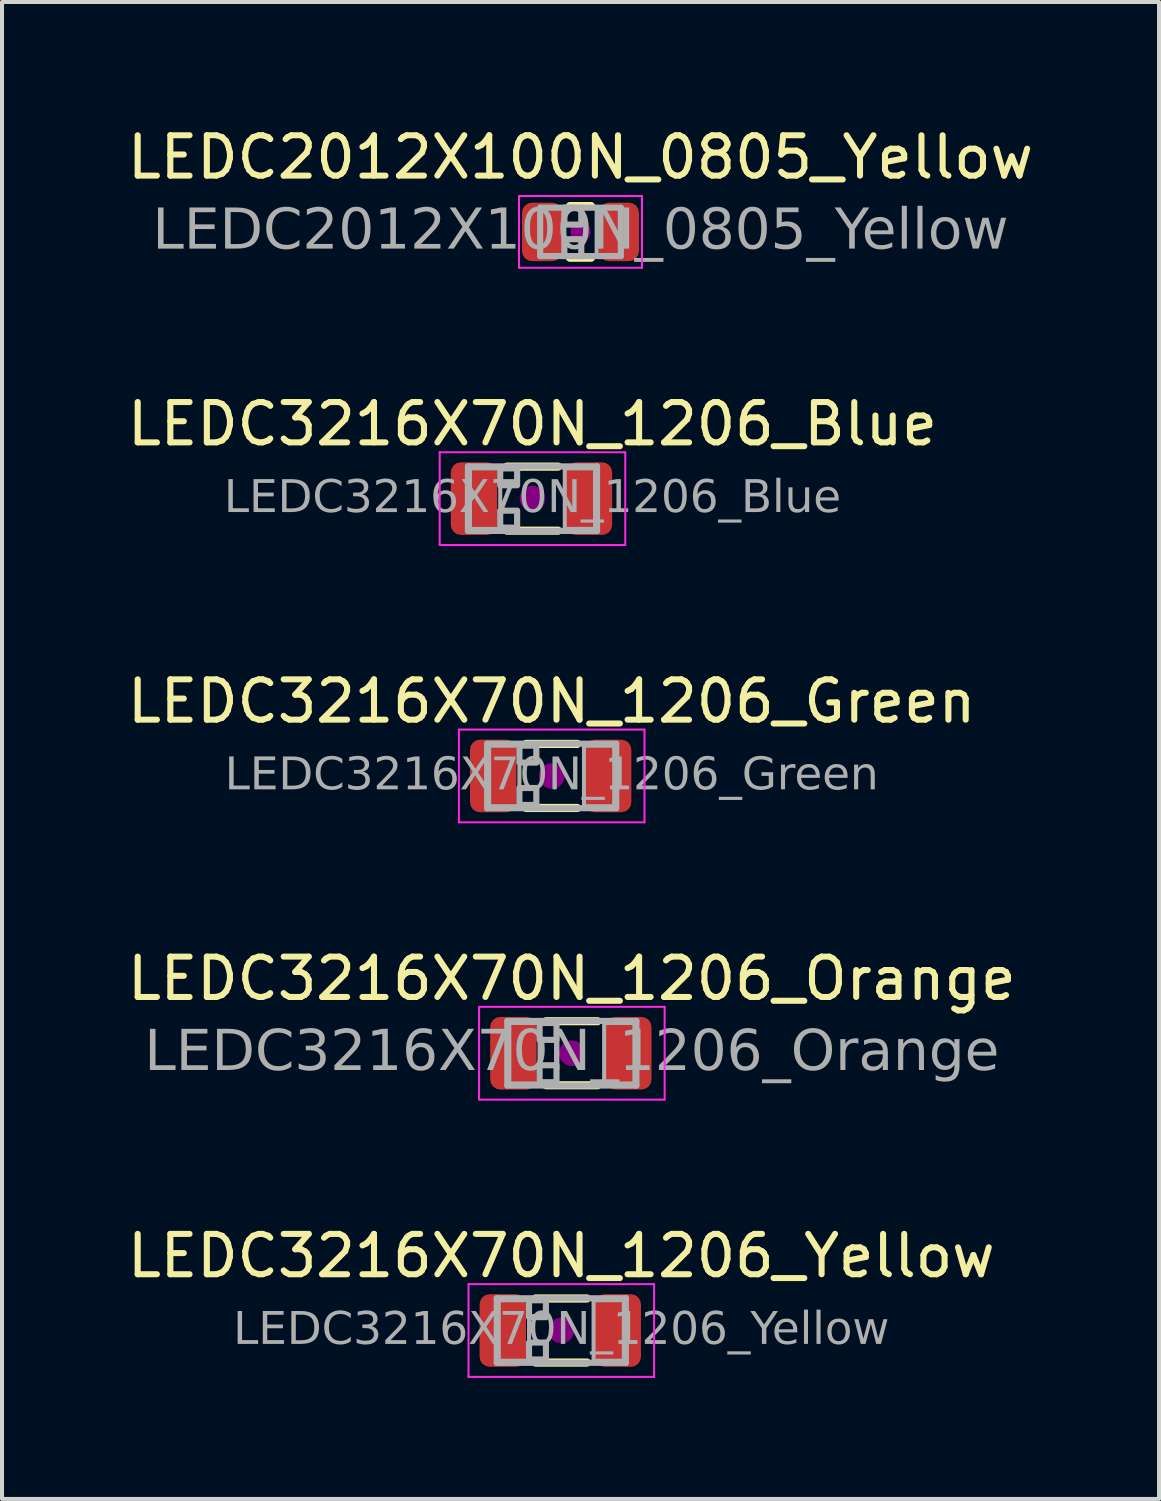
<source format=kicad_pcb>
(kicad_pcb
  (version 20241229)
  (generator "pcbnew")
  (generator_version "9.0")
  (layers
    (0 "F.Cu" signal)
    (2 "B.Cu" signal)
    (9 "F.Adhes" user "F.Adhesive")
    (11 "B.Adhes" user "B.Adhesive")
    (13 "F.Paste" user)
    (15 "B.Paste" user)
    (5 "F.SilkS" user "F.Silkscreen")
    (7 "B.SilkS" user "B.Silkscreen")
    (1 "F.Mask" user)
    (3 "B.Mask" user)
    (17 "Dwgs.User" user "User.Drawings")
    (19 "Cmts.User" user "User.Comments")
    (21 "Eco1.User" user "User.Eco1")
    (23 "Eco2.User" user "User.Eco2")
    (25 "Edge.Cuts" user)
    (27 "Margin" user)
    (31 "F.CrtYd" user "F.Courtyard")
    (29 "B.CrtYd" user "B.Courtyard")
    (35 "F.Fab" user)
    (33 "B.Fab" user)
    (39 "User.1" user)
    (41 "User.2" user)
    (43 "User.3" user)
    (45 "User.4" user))
  (footprint "LEDC3216X70N_1206_Orange"
    (layer "F.Cu")
    (at 11.125 23.057)
    (property "Reference" "LEDC3216X70N_1206_Orange" (at 0 -1.85 0) (layer "F.SilkS") (effects (font (size 1 1) (thickness 0.15))))
    (attr smd)
    (fp_line (start -0.635 -0.794) (end 0.635 -0.794) (stroke (width 0.203) (type solid)) (layer "F.SilkS"))
    (fp_line (start -0.635 0.794) (end 0.635 0.794) (stroke (width 0.203) (type solid)) (layer "F.SilkS"))
    (fp_circle (center 0 0) (end 0.318 0) (stroke (width 0) (type solid)) (fill yes) (layer "F.Adhes"))
    (fp_line (start -2.3 -1.15) (end 2.3 -1.15) (stroke (width 0.05) (type solid)) (layer "F.CrtYd"))
    (fp_line (start -2.3 1.15) (end -2.3 -1.15) (stroke (width 0.05) (type solid)) (layer "F.CrtYd"))
    (fp_line (start 2.3 -1.15) (end 2.3 1.15) (stroke (width 0.05) (type solid)) (layer "F.CrtYd"))
    (fp_line (start 2.3 1.15) (end -2.3 1.15) (stroke (width 0.05) (type solid)) (layer "F.CrtYd"))
    (fp_line (start -1.6 -0.8) (end 1.6 -0.8) (stroke (width 0.152) (type solid)) (layer "F.Fab"))
    (fp_line (start -1.6 0.8) (end -1.6 -0.8) (stroke (width 0.152) (type solid)) (layer "F.Fab"))
    (fp_line (start 1.6 -0.8) (end 1.6 0.8) (stroke (width 0.152) (type solid)) (layer "F.Fab"))
    (fp_line (start 1.6 0.8) (end -1.6 0.8) (stroke (width 0.152) (type solid)) (layer "F.Fab"))
    (fp_rect (start -0.8 -0.75) (end -0.381 -0.331) (stroke (width 0.152) (type solid)) (fill no) (layer "F.Fab"))
    (fp_rect (start -0.8 0.298) (end -0.381 0.718) (stroke (width 0.152) (type solid)) (fill no) (layer "F.Fab"))
    (fp_rect (start -0.8 0.75) (end -1.55 -0.75) (stroke (width 0.1) (type solid)) (fill no) (layer "F.Fab"))
    (fp_rect (start 0.8 -0.75) (end 1.55 0.75) (stroke (width 0.1) (type solid)) (fill no) (layer "F.Fab"))
    (fp_text user "${REFERENCE}" (at 0 0 0) (layer "F.Fab") (effects (font (face "Tahoma") (size 1 1) (thickness 0.15))))
    (pad "A" smd roundrect (at 1.4 0) (size 1.15 1.8) (layers "F.Cu" "F.Mask" "F.Paste") (roundrect_rratio 0.217))
    (pad "C" smd roundrect (at -1.45 0) (size 1.15 1.8) (layers "F.Cu" "F.Mask" "F.Paste") (roundrect_rratio 0.217)))
  (footprint "LEDC2012X100N_0805_Yellow"
    (layer "F.Cu")
    (at 11.339 2.698)
    (property "Reference" "LEDC2012X100N_0805_Yellow" (at 0 -1.85 0) (layer "F.SilkS") (effects (font (size 1 1) (thickness 0.15))))
    (attr smd)
    (fp_line (start -0.261 -0.64) (end 0.261 -0.64) (stroke (width 0.203) (type solid)) (layer "F.SilkS"))
    (fp_line (start -0.261 0.64) (end 0.261 0.64) (stroke (width 0.203) (type solid)) (layer "F.SilkS"))
    (fp_circle (center 0 0) (end 0.25 0) (stroke (width 0) (type solid)) (fill yes) (layer "F.Adhes"))
    (fp_line (start -1.524 -0.889) (end 1.524 -0.889) (stroke (width 0.05) (type solid)) (layer "F.CrtYd"))
    (fp_line (start -1.524 0.889) (end -1.524 -0.889) (stroke (width 0.05) (type solid)) (layer "F.CrtYd"))
    (fp_line (start 1.524 -0.889) (end 1.524 0.889) (stroke (width 0.05) (type solid)) (layer "F.CrtYd"))
    (fp_line (start 1.524 0.889) (end -1.524 0.889) (stroke (width 0.05) (type solid)) (layer "F.CrtYd"))
    (fp_line (start -1 -0.6) (end 1 -0.6) (stroke (width 0.152) (type solid)) (layer "F.Fab"))
    (fp_line (start -1 0.6) (end -1 -0.6) (stroke (width 0.152) (type solid)) (layer "F.Fab"))
    (fp_line (start 1 -0.6) (end 1 0.6) (stroke (width 0.152) (type solid)) (layer "F.Fab"))
    (fp_line (start 1 0.6) (end -1 0.6) (stroke (width 0.152) (type solid)) (layer "F.Fab"))
    (fp_rect (start -1 -0.6) (end -0.4 0.6) (stroke (width 0.1) (type solid)) (fill no) (layer "F.Fab"))
    (fp_rect (start -0.4 -0.6) (end 0.019 -0.181) (stroke (width 0.152) (type solid)) (fill no) (layer "F.Fab"))
    (fp_rect (start -0.4 0.181) (end 0.019 0.6) (stroke (width 0.152) (type solid)) (fill no) (layer "F.Fab"))
    (fp_rect (start 0.4 -0.6) (end 1 0.6) (stroke (width 0.1) (type solid)) (fill no) (layer "F.Fab"))
    (fp_text user "${REFERENCE}" (at 0 0 0) (layer "F.Fab") (effects (font (face "Tahoma") (size 1 1) (thickness 0.15))))
    (pad "A" smd roundrect (at 0.95 0) (size 1 1.45) (layers "F.Cu" "F.Mask" "F.Paste") (roundrect_rratio 0.25))
    (pad "C" smd roundrect (at -0.95 0) (size 1 1.45) (layers "F.Cu" "F.Mask" "F.Paste") (roundrect_rratio 0.25)))
  (footprint "LEDC3216X70N_1206_Blue"
    (layer "F.Cu")
    (at 10.149 9.31)
    (property "Reference" "LEDC3216X70N_1206_Blue" (at 0 -1.85 0) (layer "F.SilkS") (effects (font (size 1 1) (thickness 0.15))))
    (attr smd)
    (fp_line (start -0.635 -0.794) (end 0.635 -0.794) (stroke (width 0.203) (type solid)) (layer "F.SilkS"))
    (fp_line (start -0.635 0.794) (end 0.635 0.794) (stroke (width 0.203) (type solid)) (layer "F.SilkS"))
    (fp_circle (center 0 0) (end 0.318 0) (stroke (width 0) (type solid)) (fill yes) (layer "F.Adhes"))
    (fp_line (start -2.3 -1.15) (end 2.3 -1.15) (stroke (width 0.05) (type solid)) (layer "F.CrtYd"))
    (fp_line (start -2.3 1.15) (end -2.3 -1.15) (stroke (width 0.05) (type solid)) (layer "F.CrtYd"))
    (fp_line (start 2.3 -1.15) (end 2.3 1.15) (stroke (width 0.05) (type solid)) (layer "F.CrtYd"))
    (fp_line (start 2.3 1.15) (end -2.3 1.15) (stroke (width 0.05) (type solid)) (layer "F.CrtYd"))
    (fp_line (start -1.6 -0.8) (end 1.6 -0.8) (stroke (width 0.152) (type solid)) (layer "F.Fab"))
    (fp_line (start -1.6 0.8) (end -1.6 -0.8) (stroke (width 0.152) (type solid)) (layer "F.Fab"))
    (fp_line (start 1.6 -0.8) (end 1.6 0.8) (stroke (width 0.152) (type solid)) (layer "F.Fab"))
    (fp_line (start 1.6 0.8) (end -1.6 0.8) (stroke (width 0.152) (type solid)) (layer "F.Fab"))
    (fp_rect (start -0.8 -0.75) (end -0.381 -0.331) (stroke (width 0.152) (type solid)) (fill no) (layer "F.Fab"))
    (fp_rect (start -0.8 0.298) (end -0.381 0.718) (stroke (width 0.152) (type solid)) (fill no) (layer "F.Fab"))
    (fp_rect (start -0.8 0.75) (end -1.55 -0.75) (stroke (width 0.1) (type solid)) (fill no) (layer "F.Fab"))
    (fp_rect (start 0.8 -0.75) (end 1.55 0.75) (stroke (width 0.1) (type solid)) (fill no) (layer "F.Fab"))
    (fp_text user "${REFERENCE}" (at 0 0 0) (layer "F.Fab") (effects (font (face "Tahoma") (size 0.8 0.8) (thickness 0.12))))
    (pad "A" smd roundrect (at 1.4 0) (size 1.15 1.8) (layers "F.Cu" "F.Mask" "F.Paste") (roundrect_rratio 0.217))
    (pad "C" smd roundrect (at -1.45 0) (size 1.15 1.8) (layers "F.Cu" "F.Mask" "F.Paste") (roundrect_rratio 0.217)))
  (footprint "LEDC3216X70N_1206_Yellow"
    (layer "F.Cu")
    (at 10.863 29.93)
    (property "Reference" "LEDC3216X70N_1206_Yellow" (at 0 -1.85 0) (layer "F.SilkS") (effects (font (size 1 1) (thickness 0.15))))
    (attr smd)
    (fp_line (start -0.635 -0.794) (end 0.635 -0.794) (stroke (width 0.203) (type solid)) (layer "F.SilkS"))
    (fp_line (start -0.635 0.794) (end 0.635 0.794) (stroke (width 0.203) (type solid)) (layer "F.SilkS"))
    (fp_circle (center 0 0) (end 0.318 0) (stroke (width 0) (type solid)) (fill yes) (layer "F.Adhes"))
    (fp_line (start -2.3 -1.15) (end 2.3 -1.15) (stroke (width 0.05) (type solid)) (layer "F.CrtYd"))
    (fp_line (start -2.3 1.15) (end -2.3 -1.15) (stroke (width 0.05) (type solid)) (layer "F.CrtYd"))
    (fp_line (start 2.3 -1.15) (end 2.3 1.15) (stroke (width 0.05) (type solid)) (layer "F.CrtYd"))
    (fp_line (start 2.3 1.15) (end -2.3 1.15) (stroke (width 0.05) (type solid)) (layer "F.CrtYd"))
    (fp_line (start -1.6 -0.8) (end 1.6 -0.8) (stroke (width 0.152) (type solid)) (layer "F.Fab"))
    (fp_line (start -1.6 0.8) (end -1.6 -0.8) (stroke (width 0.152) (type solid)) (layer "F.Fab"))
    (fp_line (start 1.6 -0.8) (end 1.6 0.8) (stroke (width 0.152) (type solid)) (layer "F.Fab"))
    (fp_line (start 1.6 0.8) (end -1.6 0.8) (stroke (width 0.152) (type solid)) (layer "F.Fab"))
    (fp_rect (start -0.8 -0.75) (end -0.381 -0.331) (stroke (width 0.152) (type solid)) (fill no) (layer "F.Fab"))
    (fp_rect (start -0.8 0.298) (end -0.381 0.718) (stroke (width 0.152) (type solid)) (fill no) (layer "F.Fab"))
    (fp_rect (start -0.8 0.75) (end -1.55 -0.75) (stroke (width 0.1) (type solid)) (fill no) (layer "F.Fab"))
    (fp_rect (start 0.8 -0.75) (end 1.55 0.75) (stroke (width 0.1) (type solid)) (fill no) (layer "F.Fab"))
    (fp_text user "${REFERENCE}" (at 0 0 0) (layer "F.Fab") (effects (font (face "Tahoma") (size 0.8 0.8) (thickness 0.12))))
    (pad "A" smd roundrect (at 1.4 0) (size 1.15 1.8) (layers "F.Cu" "F.Mask" "F.Paste") (roundrect_rratio 0.217))
    (pad "C" smd roundrect (at -1.45 0) (size 1.15 1.8) (layers "F.Cu" "F.Mask" "F.Paste") (roundrect_rratio 0.217)))
  (footprint "LEDC3216X70N_1206_Green"
    (layer "F.Cu")
    (at 10.625 16.184)
    (property "Reference" "LEDC3216X70N_1206_Green" (at 0 -1.85 0) (layer "F.SilkS") (effects (font (size 1 1) (thickness 0.15))))
    (attr smd)
    (fp_line (start -0.635 -0.794) (end 0.635 -0.794) (stroke (width 0.203) (type solid)) (layer "F.SilkS"))
    (fp_line (start -0.635 0.794) (end 0.635 0.794) (stroke (width 0.203) (type solid)) (layer "F.SilkS"))
    (fp_circle (center 0 0) (end 0.318 0) (stroke (width 0) (type solid)) (fill yes) (layer "F.Adhes"))
    (fp_line (start -2.3 -1.15) (end 2.3 -1.15) (stroke (width 0.05) (type solid)) (layer "F.CrtYd"))
    (fp_line (start -2.3 1.15) (end -2.3 -1.15) (stroke (width 0.05) (type solid)) (layer "F.CrtYd"))
    (fp_line (start 2.3 -1.15) (end 2.3 1.15) (stroke (width 0.05) (type solid)) (layer "F.CrtYd"))
    (fp_line (start 2.3 1.15) (end -2.3 1.15) (stroke (width 0.05) (type solid)) (layer "F.CrtYd"))
    (fp_line (start -1.6 -0.8) (end 1.6 -0.8) (stroke (width 0.152) (type solid)) (layer "F.Fab"))
    (fp_line (start -1.6 0.8) (end -1.6 -0.8) (stroke (width 0.152) (type solid)) (layer "F.Fab"))
    (fp_line (start 1.6 -0.8) (end 1.6 0.8) (stroke (width 0.152) (type solid)) (layer "F.Fab"))
    (fp_line (start 1.6 0.8) (end -1.6 0.8) (stroke (width 0.152) (type solid)) (layer "F.Fab"))
    (fp_rect (start -0.8 -0.75) (end -0.381 -0.331) (stroke (width 0.152) (type solid)) (fill no) (layer "F.Fab"))
    (fp_rect (start -0.8 0.298) (end -0.381 0.718) (stroke (width 0.152) (type solid)) (fill no) (layer "F.Fab"))
    (fp_rect (start -0.8 0.75) (end -1.55 -0.75) (stroke (width 0.1) (type solid)) (fill no) (layer "F.Fab"))
    (fp_rect (start 0.8 -0.75) (end 1.55 0.75) (stroke (width 0.1) (type solid)) (fill no) (layer "F.Fab"))
    (fp_text user "${REFERENCE}" (at 0 0 0) (layer "F.Fab") (effects (font (face "Tahoma") (size 0.8 0.8) (thickness 0.12))))
    (pad "A" smd roundrect (at 1.4 0) (size 1.15 1.8) (layers "F.Cu" "F.Mask" "F.Paste") (roundrect_rratio 0.217))
    (pad "C" smd roundrect (at -1.45 0) (size 1.15 1.8) (layers "F.Cu" "F.Mask" "F.Paste") (roundrect_rratio 0.217)))
  (gr_rect
    (start -3 -3)
    (end 25.679 34.105)
    (stroke (width 0.1) (type default))
    (fill no)
    (layer "Edge.Cuts")))
</source>
